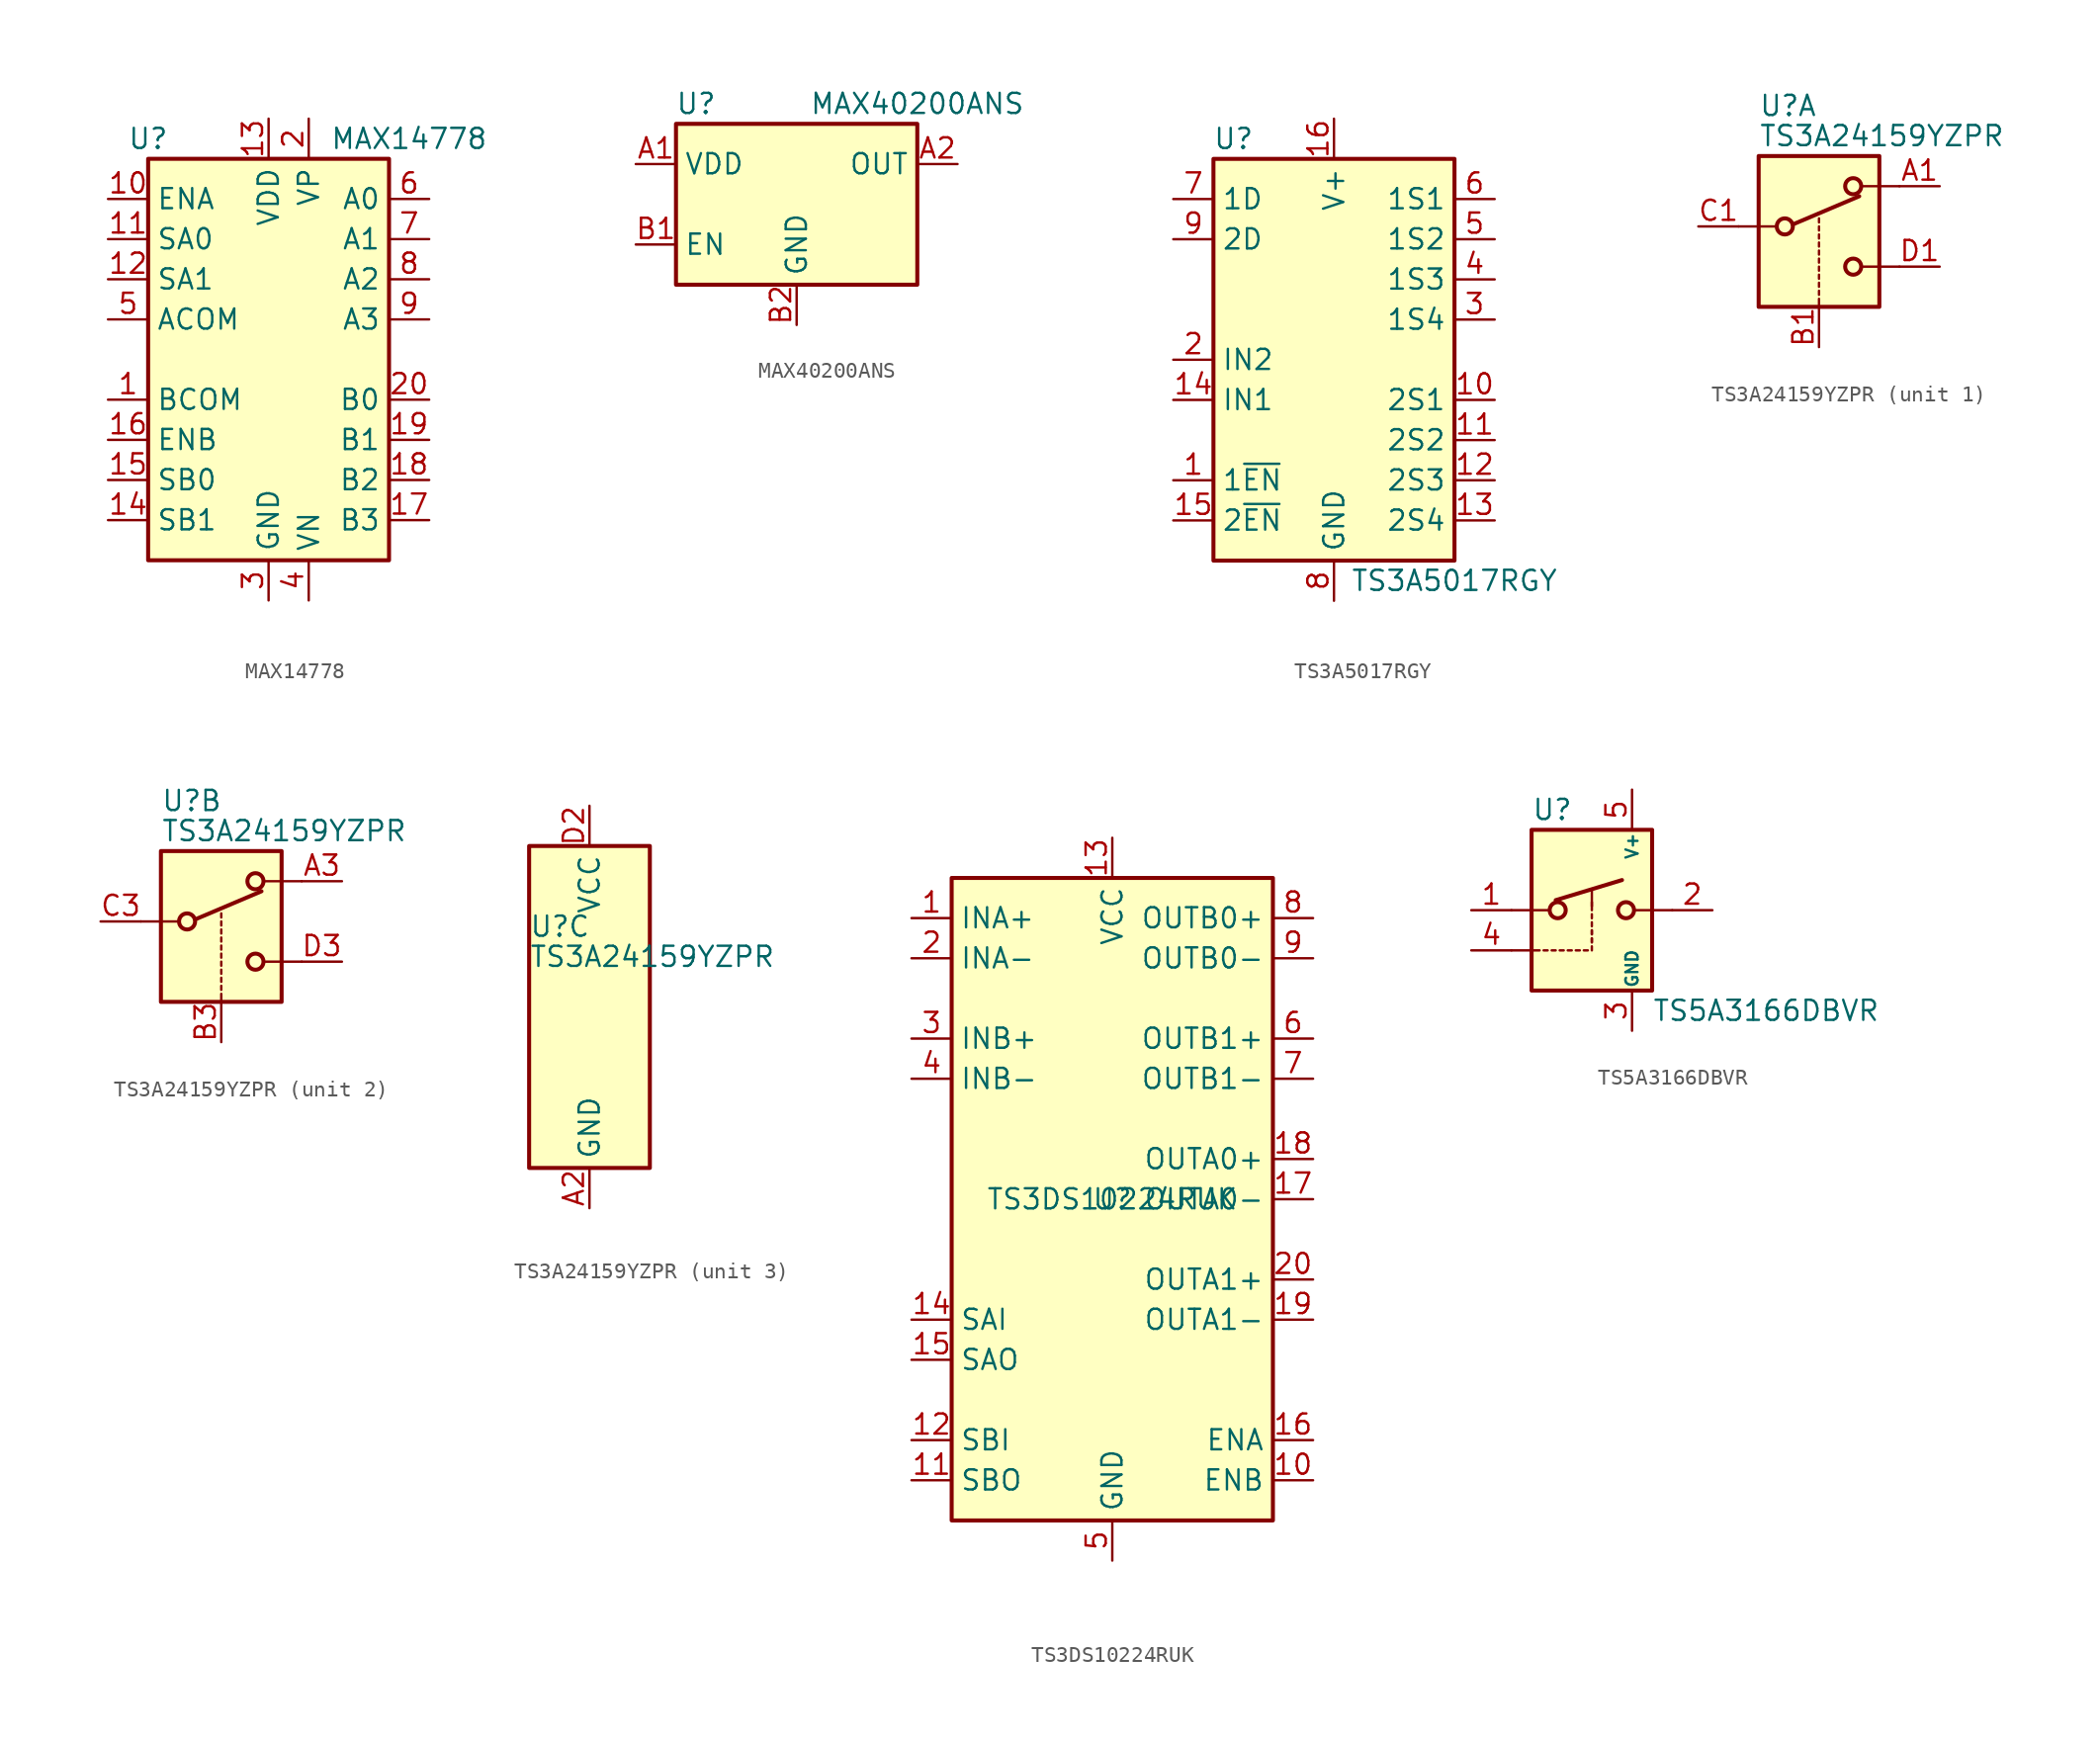
<source format=kicad_sym>
(kicad_symbol_lib
  (version 20220914)
  (generator kicad_symbol_editor)
  (symbol "MAX14778"
    (property "Reference" "U"
      (at -7.62 13.97 0)
      (effects (font (size 1.27 1.27))))
    (property "Value" "MAX14778"
      (at 8.89 13.97 0)
      (effects (font (size 1.27 1.27))))
    (symbol "MAX14778_0_1"
      (rectangle (start -7.62 12.7) (end 7.62 -12.7) (stroke (width 0.254) (type default)) (fill (type background))))
    (symbol "MAX14778_1_1"
      (pin passive line (at -10.16 -2.54 0) (length 2.54) (name "BCOM" (effects (font (size 1.27 1.27)))) (number "1" (effects (font (size 1.27 1.27)))))
      (pin input line (at -10.16 10.16 0) (length 2.54) (name "ENA" (effects (font (size 1.27 1.27)))) (number "10" (effects (font (size 1.27 1.27)))))
      (pin input line (at -10.16 7.62 0) (length 2.54) (name "SA0" (effects (font (size 1.27 1.27)))) (number "11" (effects (font (size 1.27 1.27)))))
      (pin input line (at -10.16 5.08 0) (length 2.54) (name "SA1" (effects (font (size 1.27 1.27)))) (number "12" (effects (font (size 1.27 1.27)))))
      (pin power_in line (at 0 15.24 270) (length 2.54) (name "VDD" (effects (font (size 1.27 1.27)))) (number "13" (effects (font (size 1.27 1.27)))))
      (pin input line (at -10.16 -10.16 0) (length 2.54) (name "SB1" (effects (font (size 1.27 1.27)))) (number "14" (effects (font (size 1.27 1.27)))))
      (pin input line (at -10.16 -7.62 0) (length 2.54) (name "SB0" (effects (font (size 1.27 1.27)))) (number "15" (effects (font (size 1.27 1.27)))))
      (pin input line (at -10.16 -5.08 0) (length 2.54) (name "ENB" (effects (font (size 1.27 1.27)))) (number "16" (effects (font (size 1.27 1.27)))))
      (pin passive line (at 10.16 -10.16 180) (length 2.54) (name "B3" (effects (font (size 1.27 1.27)))) (number "17" (effects (font (size 1.27 1.27)))))
      (pin passive line (at 10.16 -7.62 180) (length 2.54) (name "B2" (effects (font (size 1.27 1.27)))) (number "18" (effects (font (size 1.27 1.27)))))
      (pin passive line (at 10.16 -5.08 180) (length 2.54) (name "B1" (effects (font (size 1.27 1.27)))) (number "19" (effects (font (size 1.27 1.27)))))
      (pin passive line (at 2.54 15.24 270) (length 2.54) (name "VP" (effects (font (size 1.27 1.27)))) (number "2" (effects (font (size 1.27 1.27)))))
      (pin passive line (at 10.16 -2.54 180) (length 2.54) (name "B0" (effects (font (size 1.27 1.27)))) (number "20" (effects (font (size 1.27 1.27)))))
      (pin passive line (at 2.54 -15.24 90) (length 2.54) hide (name "VN" (effects (font (size 1.27 1.27)))) (number "21" (effects (font (size 1.27 1.27)))))
      (pin power_in line (at 0 -15.24 90) (length 2.54) (name "GND" (effects (font (size 1.27 1.27)))) (number "3" (effects (font (size 1.27 1.27)))))
      (pin passive line (at 2.54 -15.24 90) (length 2.54) (name "VN" (effects (font (size 1.27 1.27)))) (number "4" (effects (font (size 1.27 1.27)))))
      (pin passive line (at -10.16 2.54 0) (length 2.54) (name "ACOM" (effects (font (size 1.27 1.27)))) (number "5" (effects (font (size 1.27 1.27)))))
      (pin passive line (at 10.16 10.16 180) (length 2.54) (name "A0" (effects (font (size 1.27 1.27)))) (number "6" (effects (font (size 1.27 1.27)))))
      (pin passive line (at 10.16 7.62 180) (length 2.54) (name "A1" (effects (font (size 1.27 1.27)))) (number "7" (effects (font (size 1.27 1.27)))))
      (pin passive line (at 10.16 5.08 180) (length 2.54) (name "A2" (effects (font (size 1.27 1.27)))) (number "8" (effects (font (size 1.27 1.27)))))
      (pin passive line (at 10.16 2.54 180) (length 2.54) (name "A3" (effects (font (size 1.27 1.27)))) (number "9" (effects (font (size 1.27 1.27)))))))
  (symbol "MAX40200ANS"
    (property "Reference" "U"
      (at -6.35 6.35 0)
      (effects (font (size 1.27 1.27))))
    (property "Value" "MAX40200ANS"
      (at 7.62 6.35 0)
      (effects (font (size 1.27 1.27))))
    (symbol "MAX40200ANS_0_1"
      (rectangle (start -7.62 -5.08) (end 7.62 5.08) (stroke (width 0.254) (type default)) (fill (type background))))
    (symbol "MAX40200ANS_1_1"
      (pin power_in line (at -10.16 2.54 0) (length 2.54) (name "VDD" (effects (font (size 1.27 1.27)))) (number "A1" (effects (font (size 1.27 1.27)))))
      (pin passive line (at 10.16 2.54 180) (length 2.54) (name "OUT" (effects (font (size 1.27 1.27)))) (number "A2" (effects (font (size 1.27 1.27)))))
      (pin input line (at -10.16 -2.54 0) (length 2.54) (name "EN" (effects (font (size 1.27 1.27)))) (number "B1" (effects (font (size 1.27 1.27)))))
      (pin power_in line (at 0 -7.62 90) (length 2.54) (name "GND" (effects (font (size 1.27 1.27)))) (number "B2" (effects (font (size 1.27 1.27)))))))
  (symbol "TS3A5017RGY"
    (property "Reference" "U"
      (at -6.35 13.97 0)
      (effects (font (size 1.27 1.27))))
    (property "Value" "TS3A5017RGY"
      (at 7.62 -13.97 0)
      (effects (font (size 1.27 1.27))))
    (symbol "TS3A5017RGY_0_1"
      (rectangle (start -7.62 12.7) (end 7.62 -12.7) (stroke (width 0.254) (type default)) (fill (type background))))
    (symbol "TS3A5017RGY_1_1"
      (pin input line (at -10.16 -7.62 0) (length 2.54) (name "1~{EN}" (effects (font (size 1.27 1.27)))) (number "1" (effects (font (size 1.27 1.27)))))
      (pin bidirectional line (at 10.16 -2.54 180) (length 2.54) (name "2S1" (effects (font (size 1.27 1.27)))) (number "10" (effects (font (size 1.27 1.27)))))
      (pin bidirectional line (at 10.16 -5.08 180) (length 2.54) (name "2S2" (effects (font (size 1.27 1.27)))) (number "11" (effects (font (size 1.27 1.27)))))
      (pin bidirectional line (at 10.16 -7.62 180) (length 2.54) (name "2S3" (effects (font (size 1.27 1.27)))) (number "12" (effects (font (size 1.27 1.27)))))
      (pin bidirectional line (at 10.16 -10.16 180) (length 2.54) (name "2S4" (effects (font (size 1.27 1.27)))) (number "13" (effects (font (size 1.27 1.27)))))
      (pin input line (at -10.16 -2.54 0) (length 2.54) (name "IN1" (effects (font (size 1.27 1.27)))) (number "14" (effects (font (size 1.27 1.27)))))
      (pin input line (at -10.16 -10.16 0) (length 2.54) (name "2~{EN}" (effects (font (size 1.27 1.27)))) (number "15" (effects (font (size 1.27 1.27)))))
      (pin power_in line (at 0 15.24 270) (length 2.54) (name "V+" (effects (font (size 1.27 1.27)))) (number "16" (effects (font (size 1.27 1.27)))))
      (pin passive line (at 0 -15.24 90) (length 2.54) hide (name "GND" (effects (font (size 1.27 1.27)))) (number "17" (effects (font (size 1.27 1.27)))))
      (pin input line (at -10.16 0 0) (length 2.54) (name "IN2" (effects (font (size 1.27 1.27)))) (number "2" (effects (font (size 1.27 1.27)))))
      (pin bidirectional line (at 10.16 2.54 180) (length 2.54) (name "1S4" (effects (font (size 1.27 1.27)))) (number "3" (effects (font (size 1.27 1.27)))))
      (pin bidirectional line (at 10.16 5.08 180) (length 2.54) (name "1S3" (effects (font (size 1.27 1.27)))) (number "4" (effects (font (size 1.27 1.27)))))
      (pin bidirectional line (at 10.16 7.62 180) (length 2.54) (name "1S2" (effects (font (size 1.27 1.27)))) (number "5" (effects (font (size 1.27 1.27)))))
      (pin bidirectional line (at 10.16 10.16 180) (length 2.54) (name "1S1" (effects (font (size 1.27 1.27)))) (number "6" (effects (font (size 1.27 1.27)))))
      (pin bidirectional line (at -10.16 10.16 0) (length 2.54) (name "1D" (effects (font (size 1.27 1.27)))) (number "7" (effects (font (size 1.27 1.27)))))
      (pin power_in line (at 0 -15.24 90) (length 2.54) (name "GND" (effects (font (size 1.27 1.27)))) (number "8" (effects (font (size 1.27 1.27)))))
      (pin bidirectional line (at -10.16 7.62 0) (length 2.54) (name "2D" (effects (font (size 1.27 1.27)))) (number "9" (effects (font (size 1.27 1.27)))))))
  (symbol "TS3A24159YZPR"
    (property "Reference" "U"
      (at -3.81 5.08 0)
      (effects (font (size 1.27 1.27)) (justify left)))
    (property "Value" "TS3A24159YZPR"
      (at -3.81 3.175 0)
      (effects (font (size 1.27 1.27)) (justify left)))
    (property "ki_locked" ""
      (at 0 0 0)
      (effects (font (size 1.27 1.27))))
    (symbol "TS3A24159YZPR_1_1"
      (rectangle (start -3.81 1.905) (end 3.81 -7.62) (stroke (width 0.254) (type default)) (fill (type background)))
      (circle (center -2.159 -2.54) (radius 0.508) (stroke (width 0.254) (type default)) (fill (type none)))
      (polyline (pts (xy -5.08 -2.54) (xy -2.794 -2.54)) (stroke (width 0) (type default)) (fill (type none)))
      (polyline (pts (xy -1.651 -2.413) (xy 2.54 -0.635)) (stroke (width 0.254) (type default)) (fill (type none)))
      (polyline (pts (xy 0 -7.62) (xy 0 -7.112)) (stroke (width 0) (type default)) (fill (type none)))
      (polyline (pts (xy 0 -6.858) (xy 0 -6.604)) (stroke (width 0) (type default)) (fill (type none)))
      (polyline (pts (xy 0 -6.35) (xy 0 -6.096)) (stroke (width 0) (type default)) (fill (type none)))
      (polyline (pts (xy 0 -5.842) (xy 0 -5.588)) (stroke (width 0) (type default)) (fill (type none)))
      (polyline (pts (xy 0 -5.334) (xy 0 -5.08)) (stroke (width 0) (type default)) (fill (type none)))
      (polyline (pts (xy 0 -4.826) (xy 0 -4.572)) (stroke (width 0) (type default)) (fill (type none)))
      (polyline (pts (xy 0 -4.318) (xy 0 -4.064)) (stroke (width 0) (type default)) (fill (type none)))
      (polyline (pts (xy 0 -3.81) (xy 0 -3.556)) (stroke (width 0) (type default)) (fill (type none)))
      (polyline (pts (xy 0 -3.302) (xy 0 -3.048)) (stroke (width 0) (type default)) (fill (type none)))
      (polyline (pts (xy 0 -2.794) (xy 0 -2.54)) (stroke (width 0) (type default)) (fill (type none)))
      (polyline (pts (xy 0 -2.286) (xy 0 -2.032)) (stroke (width 0) (type default)) (fill (type none)))
      (polyline (pts (xy 5.08 -5.08) (xy 2.794 -5.08)) (stroke (width 0) (type default)) (fill (type none)))
      (polyline (pts (xy 5.08 0) (xy 2.794 0)) (stroke (width 0) (type default)) (fill (type none)))
      (circle (center 2.159 -5.08) (radius 0.508) (stroke (width 0.254) (type default)) (fill (type none)))
      (circle (center 2.159 0) (radius 0.508) (stroke (width 0.254) (type default)) (fill (type none)))
      (pin passive line (at 7.62 0 180) (length 2.54) (name "~" (effects (font (size 1.27 1.27)))) (number "A1" (effects (font (size 1.27 1.27)))))
      (pin input line (at 0 -10.16 90) (length 2.54) (name "~" (effects (font (size 1.27 1.27)))) (number "B1" (effects (font (size 1.27 1.27)))))
      (pin passive line (at -7.62 -2.54 0) (length 2.54) (name "~" (effects (font (size 1.27 1.27)))) (number "C1" (effects (font (size 1.27 1.27)))))
      (pin passive line (at 7.62 -5.08 180) (length 2.54) (name "~" (effects (font (size 1.27 1.27)))) (number "D1" (effects (font (size 1.27 1.27))))))
    (symbol "TS3A24159YZPR_2_1"
      (rectangle (start -3.81 1.905) (end 3.81 -7.62) (stroke (width 0.254) (type default)) (fill (type background)))
      (circle (center -2.159 -2.54) (radius 0.508) (stroke (width 0.254) (type default)) (fill (type none)))
      (polyline (pts (xy -5.08 -2.54) (xy -2.794 -2.54)) (stroke (width 0) (type default)) (fill (type none)))
      (polyline (pts (xy -1.651 -2.413) (xy 2.54 -0.635)) (stroke (width 0.254) (type default)) (fill (type none)))
      (polyline (pts (xy 0 -7.62) (xy 0 -7.112)) (stroke (width 0) (type default)) (fill (type none)))
      (polyline (pts (xy 0 -6.858) (xy 0 -6.604)) (stroke (width 0) (type default)) (fill (type none)))
      (polyline (pts (xy 0 -6.35) (xy 0 -6.096)) (stroke (width 0) (type default)) (fill (type none)))
      (polyline (pts (xy 0 -5.842) (xy 0 -5.588)) (stroke (width 0) (type default)) (fill (type none)))
      (polyline (pts (xy 0 -5.334) (xy 0 -5.08)) (stroke (width 0) (type default)) (fill (type none)))
      (polyline (pts (xy 0 -4.826) (xy 0 -4.572)) (stroke (width 0) (type default)) (fill (type none)))
      (polyline (pts (xy 0 -4.318) (xy 0 -4.064)) (stroke (width 0) (type default)) (fill (type none)))
      (polyline (pts (xy 0 -3.81) (xy 0 -3.556)) (stroke (width 0) (type default)) (fill (type none)))
      (polyline (pts (xy 0 -3.302) (xy 0 -3.048)) (stroke (width 0) (type default)) (fill (type none)))
      (polyline (pts (xy 0 -2.794) (xy 0 -2.54)) (stroke (width 0) (type default)) (fill (type none)))
      (polyline (pts (xy 0 -2.286) (xy 0 -2.032)) (stroke (width 0) (type default)) (fill (type none)))
      (polyline (pts (xy 5.08 -5.08) (xy 2.794 -5.08)) (stroke (width 0) (type default)) (fill (type none)))
      (polyline (pts (xy 5.08 0) (xy 2.794 0)) (stroke (width 0) (type default)) (fill (type none)))
      (circle (center 2.159 -5.08) (radius 0.508) (stroke (width 0.254) (type default)) (fill (type none)))
      (circle (center 2.159 0) (radius 0.508) (stroke (width 0.254) (type default)) (fill (type none)))
      (pin passive line (at 7.62 0 180) (length 2.54) (name "~" (effects (font (size 1.27 1.27)))) (number "A3" (effects (font (size 1.27 1.27)))))
      (pin input line (at 0 -10.16 90) (length 2.54) (name "~" (effects (font (size 1.27 1.27)))) (number "B3" (effects (font (size 1.27 1.27)))))
      (pin passive line (at -7.62 -2.54 0) (length 2.54) (name "~" (effects (font (size 1.27 1.27)))) (number "C3" (effects (font (size 1.27 1.27)))))
      (pin passive line (at 7.62 -5.08 180) (length 2.54) (name "~" (effects (font (size 1.27 1.27)))) (number "D3" (effects (font (size 1.27 1.27))))))
    (symbol "TS3A24159YZPR_3_1"
      (rectangle (start -3.81 10.16) (end 3.81 -10.16) (stroke (width 0.254) (type default)) (fill (type background)))
      (pin power_in line (at 0 -12.7 90) (length 2.54) (name "GND" (effects (font (size 1.27 1.27)))) (number "A2" (effects (font (size 1.27 1.27)))))
      (pin power_in line (at 0 12.7 270) (length 2.54) (name "VCC" (effects (font (size 1.27 1.27)))) (number "D2" (effects (font (size 1.27 1.27)))))))
  (symbol "TS3DS10224RUK"
    (property "Reference" "U"
      (at 0 0 0)
      (effects (font (size 1.27 1.27))))
    (property "Value" "TS3DS10224RUK"
      (at 0 0 0)
      (effects (font (size 1.27 1.27))))
    (symbol "TS3DS10224RUK_0_1"
      (rectangle (start -10.16 20.32) (end 10.16 -20.32) (stroke (width 0.254) (type default)) (fill (type background))))
    (symbol "TS3DS10224RUK_1_1"
      (pin bidirectional line (at -12.7 17.78 0) (length 2.54) (name "INA+" (effects (font (size 1.27 1.27)))) (number "1" (effects (font (size 1.27 1.27)))))
      (pin input line (at 12.7 -17.78 180) (length 2.54) (name "ENB" (effects (font (size 1.27 1.27)))) (number "10" (effects (font (size 1.27 1.27)))))
      (pin input line (at -12.7 -17.78 0) (length 2.54) (name "SBO" (effects (font (size 1.27 1.27)))) (number "11" (effects (font (size 1.27 1.27)))))
      (pin input line (at -12.7 -15.24 0) (length 2.54) (name "SBI" (effects (font (size 1.27 1.27)))) (number "12" (effects (font (size 1.27 1.27)))))
      (pin power_in line (at 0 22.86 270) (length 2.54) (name "VCC" (effects (font (size 1.27 1.27)))) (number "13" (effects (font (size 1.27 1.27)))))
      (pin input line (at -12.7 -7.62 0) (length 2.54) (name "SAI" (effects (font (size 1.27 1.27)))) (number "14" (effects (font (size 1.27 1.27)))))
      (pin input line (at -12.7 -10.16 0) (length 2.54) (name "SAO" (effects (font (size 1.27 1.27)))) (number "15" (effects (font (size 1.27 1.27)))))
      (pin input line (at 12.7 -15.24 180) (length 2.54) (name "ENA" (effects (font (size 1.27 1.27)))) (number "16" (effects (font (size 1.27 1.27)))))
      (pin bidirectional line (at 12.7 0 180) (length 2.54) (name "OUTA0-" (effects (font (size 1.27 1.27)))) (number "17" (effects (font (size 1.27 1.27)))))
      (pin bidirectional line (at 12.7 2.54 180) (length 2.54) (name "OUTA0+" (effects (font (size 1.27 1.27)))) (number "18" (effects (font (size 1.27 1.27)))))
      (pin bidirectional line (at 12.7 -7.62 180) (length 2.54) (name "OUTA1-" (effects (font (size 1.27 1.27)))) (number "19" (effects (font (size 1.27 1.27)))))
      (pin bidirectional line (at -12.7 15.24 0) (length 2.54) (name "INA-" (effects (font (size 1.27 1.27)))) (number "2" (effects (font (size 1.27 1.27)))))
      (pin bidirectional line (at 12.7 -5.08 180) (length 2.54) (name "OUTA1+" (effects (font (size 1.27 1.27)))) (number "20" (effects (font (size 1.27 1.27)))))
      (pin bidirectional line (at -12.7 10.16 0) (length 2.54) (name "INB+" (effects (font (size 1.27 1.27)))) (number "3" (effects (font (size 1.27 1.27)))))
      (pin bidirectional line (at -12.7 7.62 0) (length 2.54) (name "INB-" (effects (font (size 1.27 1.27)))) (number "4" (effects (font (size 1.27 1.27)))))
      (pin power_in line (at 0 -22.86 90) (length 2.54) (name "GND" (effects (font (size 1.27 1.27)))) (number "5" (effects (font (size 1.27 1.27)))))
      (pin bidirectional line (at 12.7 10.16 180) (length 2.54) (name "OUTB1+" (effects (font (size 1.27 1.27)))) (number "6" (effects (font (size 1.27 1.27)))))
      (pin bidirectional line (at 12.7 7.62 180) (length 2.54) (name "OUTB1-" (effects (font (size 1.27 1.27)))) (number "7" (effects (font (size 1.27 1.27)))))
      (pin bidirectional line (at 12.7 17.78 180) (length 2.54) (name "OUTB0+" (effects (font (size 1.27 1.27)))) (number "8" (effects (font (size 1.27 1.27)))))
      (pin bidirectional line (at 12.7 15.24 180) (length 2.54) (name "OUTB0-" (effects (font (size 1.27 1.27)))) (number "9" (effects (font (size 1.27 1.27)))))))
  (symbol "TS5A3166DBVR"
    (pin_names
      (offset 0.127))
    (property "Reference" "U"
      (at -3.81 6.35 0)
      (effects (font (size 1.27 1.27)) (justify left)))
    (property "Value" "TS5A3166DBVR"
      (at 3.81 -6.35 0)
      (effects (font (size 1.27 1.27)) (justify left)))
    (symbol "TS5A3166DBVR_0_1"
      (polyline (pts (xy -5.08 -2.54) (xy -3.302 -2.54)) (stroke (width 0) (type default)) (fill (type none)))
      (polyline (pts (xy -3.048 -2.54) (xy -2.794 -2.54)) (stroke (width 0) (type default)) (fill (type none)))
      (polyline (pts (xy -2.54 -2.54) (xy -2.286 -2.54)) (stroke (width 0) (type default)) (fill (type none)))
      (polyline (pts (xy -2.032 -2.54) (xy -1.778 -2.54)) (stroke (width 0) (type default)) (fill (type none)))
      (polyline (pts (xy -1.524 -2.54) (xy -1.27 -2.54)) (stroke (width 0) (type default)) (fill (type none)))
      (polyline (pts (xy -1.016 -2.54) (xy -0.762 -2.54)) (stroke (width 0) (type default)) (fill (type none)))
      (polyline (pts (xy -0.508 -2.54) (xy -0.254 -2.54)) (stroke (width 0) (type default)) (fill (type none)))
      (polyline (pts (xy 0 -2.032) (xy 0 -1.778)) (stroke (width 0) (type default)) (fill (type none)))
      (polyline (pts (xy 0 -1.524) (xy 0 -1.27)) (stroke (width 0) (type default)) (fill (type none))))
    (symbol "TS5A3166DBVR_1_1"
      (rectangle (start -3.81 5.08) (end 3.81 -5.08) (stroke (width 0.254) (type default)) (fill (type background)))
      (circle (center -2.159 0) (radius 0.508) (stroke (width 0.254) (type default)) (fill (type none)))
      (polyline (pts (xy -5.08 0) (xy -2.794 0)) (stroke (width 0) (type default)) (fill (type none)))
      (polyline (pts (xy -2.286 0.635) (xy 1.905 1.905)) (stroke (width 0.254) (type default)) (fill (type none)))
      (polyline (pts (xy 0 -2.54) (xy 0 -2.286)) (stroke (width 0) (type default)) (fill (type none)))
      (polyline (pts (xy 0 -2.032) (xy 0 -1.778)) (stroke (width 0) (type default)) (fill (type none)))
      (polyline (pts (xy 0 -1.524) (xy 0 -1.27)) (stroke (width 0) (type default)) (fill (type none)))
      (polyline (pts (xy 0 -1.016) (xy 0 -0.762)) (stroke (width 0) (type default)) (fill (type none)))
      (polyline (pts (xy 0 -0.508) (xy 0 -0.254)) (stroke (width 0) (type default)) (fill (type none)))
      (polyline (pts (xy 0 0) (xy 0 0.508)) (stroke (width 0) (type default)) (fill (type none)))
      (polyline (pts (xy 0 0.254) (xy 0 1.27)) (stroke (width 0) (type default)) (fill (type none)))
      (polyline (pts (xy 5.08 0) (xy 2.794 0)) (stroke (width 0) (type default)) (fill (type none)))
      (circle (center 2.159 0) (radius 0.508) (stroke (width 0.254) (type default)) (fill (type none)))
      (pin passive line (at -7.62 0 0) (length 2.54) (name "~" (effects (font (size 1.27 1.27)))) (number "1" (effects (font (size 1.27 1.27)))))
      (pin passive line (at 7.62 0 180) (length 2.54) (name "~" (effects (font (size 1.27 1.27)))) (number "2" (effects (font (size 1.27 1.27)))))
      (pin power_in line (at 2.54 -7.62 90) (length 2.54) (name "GND" (effects (font (size 0.762 0.762)))) (number "3" (effects (font (size 1.27 1.27)))))
      (pin input line (at -7.62 -2.54 0) (length 2.54) (name "~" (effects (font (size 1.27 1.27)))) (number "4" (effects (font (size 1.27 1.27)))))
      (pin power_in line (at 2.54 7.62 270) (length 2.54) (name "V+" (effects (font (size 0.762 0.762)))) (number "5" (effects (font (size 1.27 1.27))))))))
</source>
